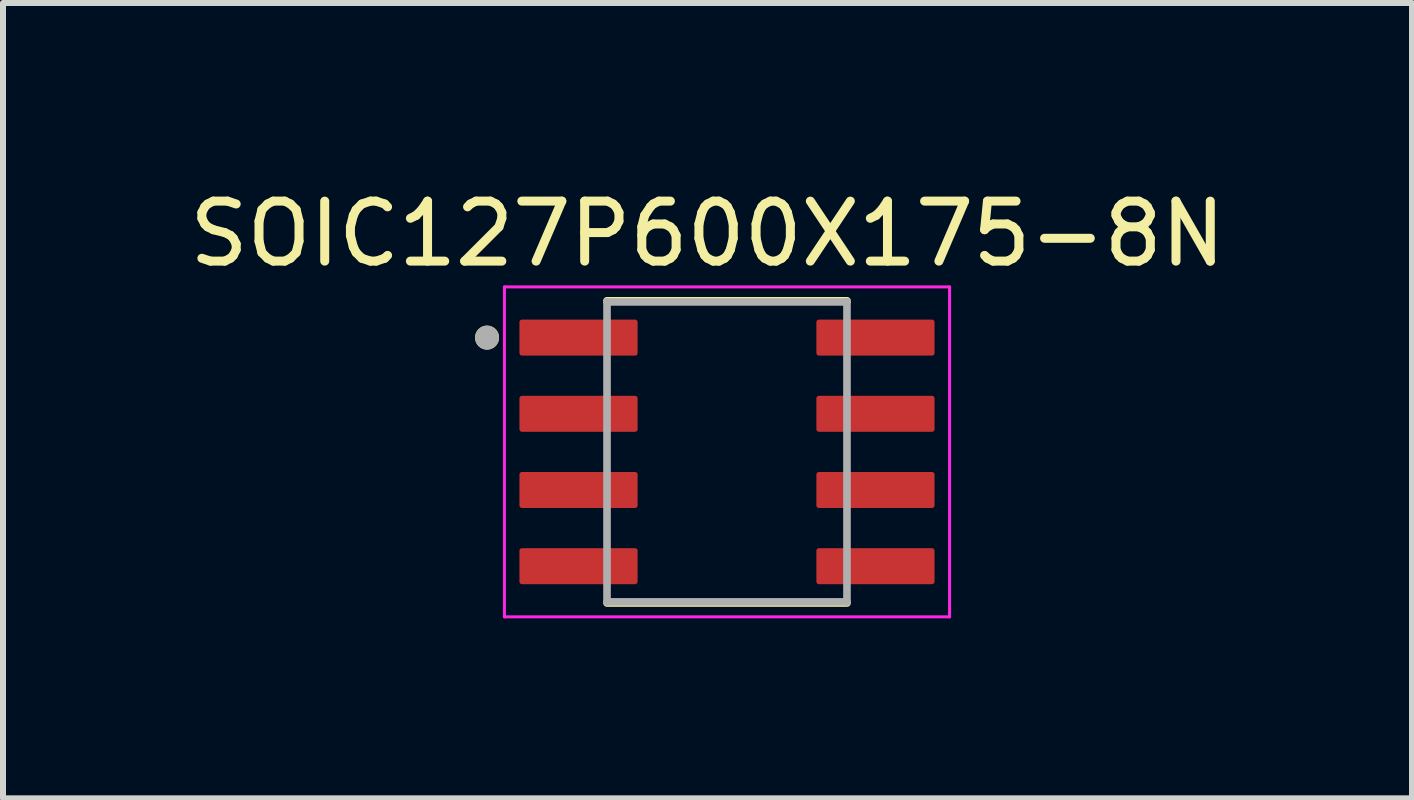
<source format=kicad_pcb>
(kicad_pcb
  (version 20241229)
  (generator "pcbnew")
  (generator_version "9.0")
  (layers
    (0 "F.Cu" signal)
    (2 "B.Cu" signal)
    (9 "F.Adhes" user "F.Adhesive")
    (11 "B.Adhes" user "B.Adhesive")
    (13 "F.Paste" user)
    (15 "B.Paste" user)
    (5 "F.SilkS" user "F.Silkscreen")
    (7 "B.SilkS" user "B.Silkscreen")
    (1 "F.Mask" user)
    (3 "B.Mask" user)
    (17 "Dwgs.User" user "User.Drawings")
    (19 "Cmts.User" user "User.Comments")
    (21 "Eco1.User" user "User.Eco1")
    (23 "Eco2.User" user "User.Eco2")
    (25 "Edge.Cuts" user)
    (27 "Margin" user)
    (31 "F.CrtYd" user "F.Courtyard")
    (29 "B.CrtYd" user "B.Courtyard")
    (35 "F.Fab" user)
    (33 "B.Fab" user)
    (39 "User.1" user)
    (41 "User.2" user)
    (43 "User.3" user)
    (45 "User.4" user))
  (footprint "SOIC127P600X175-8N"
    (layer "F.Cu")
    (at 9.069 4.483)
    (property "Reference" "SOIC127P600X175-8N" (at -0.325 -3.635 0) (layer "F.SilkS") (effects (font (size 1 1) (thickness 0.15))))
    (attr smd)
    (fp_line (start -2 -2.519) (end 2 -2.519) (stroke (width 0.127) (type solid)) (layer "F.SilkS"))
    (fp_line (start -2 2.519) (end 2 2.519) (stroke (width 0.127) (type solid)) (layer "F.SilkS"))
    (fp_circle (center -4 -1.905) (end -3.9 -1.905) (stroke (width 0.2) (type solid)) (fill no) (layer "F.SilkS"))
    (fp_line (start -3.71 -2.75) (end -3.71 2.75) (stroke (width 0.05) (type solid)) (layer "F.CrtYd"))
    (fp_line (start -3.71 -2.75) (end 3.71 -2.75) (stroke (width 0.05) (type solid)) (layer "F.CrtYd"))
    (fp_line (start -3.71 2.75) (end 3.71 2.75) (stroke (width 0.05) (type solid)) (layer "F.CrtYd"))
    (fp_line (start 3.71 -2.75) (end 3.71 2.75) (stroke (width 0.05) (type solid)) (layer "F.CrtYd"))
    (fp_line (start -2 -2.5) (end -2 2.5) (stroke (width 0.127) (type solid)) (layer "F.Fab"))
    (fp_line (start -2 -2.5) (end 2 -2.5) (stroke (width 0.127) (type solid)) (layer "F.Fab"))
    (fp_line (start -2 2.5) (end 2 2.5) (stroke (width 0.127) (type solid)) (layer "F.Fab"))
    (fp_line (start 2 -2.5) (end 2 2.5) (stroke (width 0.127) (type solid)) (layer "F.Fab"))
    (fp_circle (center -4 -1.905) (end -3.9 -1.905) (stroke (width 0.2) (type solid)) (fill no) (layer "F.Fab"))
    (pad "1" smd roundrect (at -2.475 -1.905) (size 1.97 0.6) (layers "F.Cu" "F.Mask" "F.Paste") (roundrect_rratio 0.07))
    (pad "2" smd roundrect (at -2.475 -0.635) (size 1.97 0.6) (layers "F.Cu" "F.Mask" "F.Paste") (roundrect_rratio 0.07))
    (pad "3" smd roundrect (at -2.475 0.635) (size 1.97 0.6) (layers "F.Cu" "F.Mask" "F.Paste") (roundrect_rratio 0.07))
    (pad "4" smd roundrect (at -2.475 1.905) (size 1.97 0.6) (layers "F.Cu" "F.Mask" "F.Paste") (roundrect_rratio 0.07))
    (pad "5" smd roundrect (at 2.475 1.905) (size 1.97 0.6) (layers "F.Cu" "F.Mask" "F.Paste") (roundrect_rratio 0.07))
    (pad "6" smd roundrect (at 2.475 0.635) (size 1.97 0.6) (layers "F.Cu" "F.Mask" "F.Paste") (roundrect_rratio 0.07))
    (pad "7" smd roundrect (at 2.475 -0.635) (size 1.97 0.6) (layers "F.Cu" "F.Mask" "F.Paste") (roundrect_rratio 0.07))
    (pad "8" smd roundrect (at 2.475 -1.905) (size 1.97 0.6) (layers "F.Cu" "F.Mask" "F.Paste") (roundrect_rratio 0.07)))
  (gr_rect
    (start -3 -3)
    (end 20.488 10.258)
    (stroke (width 0.1) (type default))
    (fill no)
    (layer "Edge.Cuts")))
</source>
